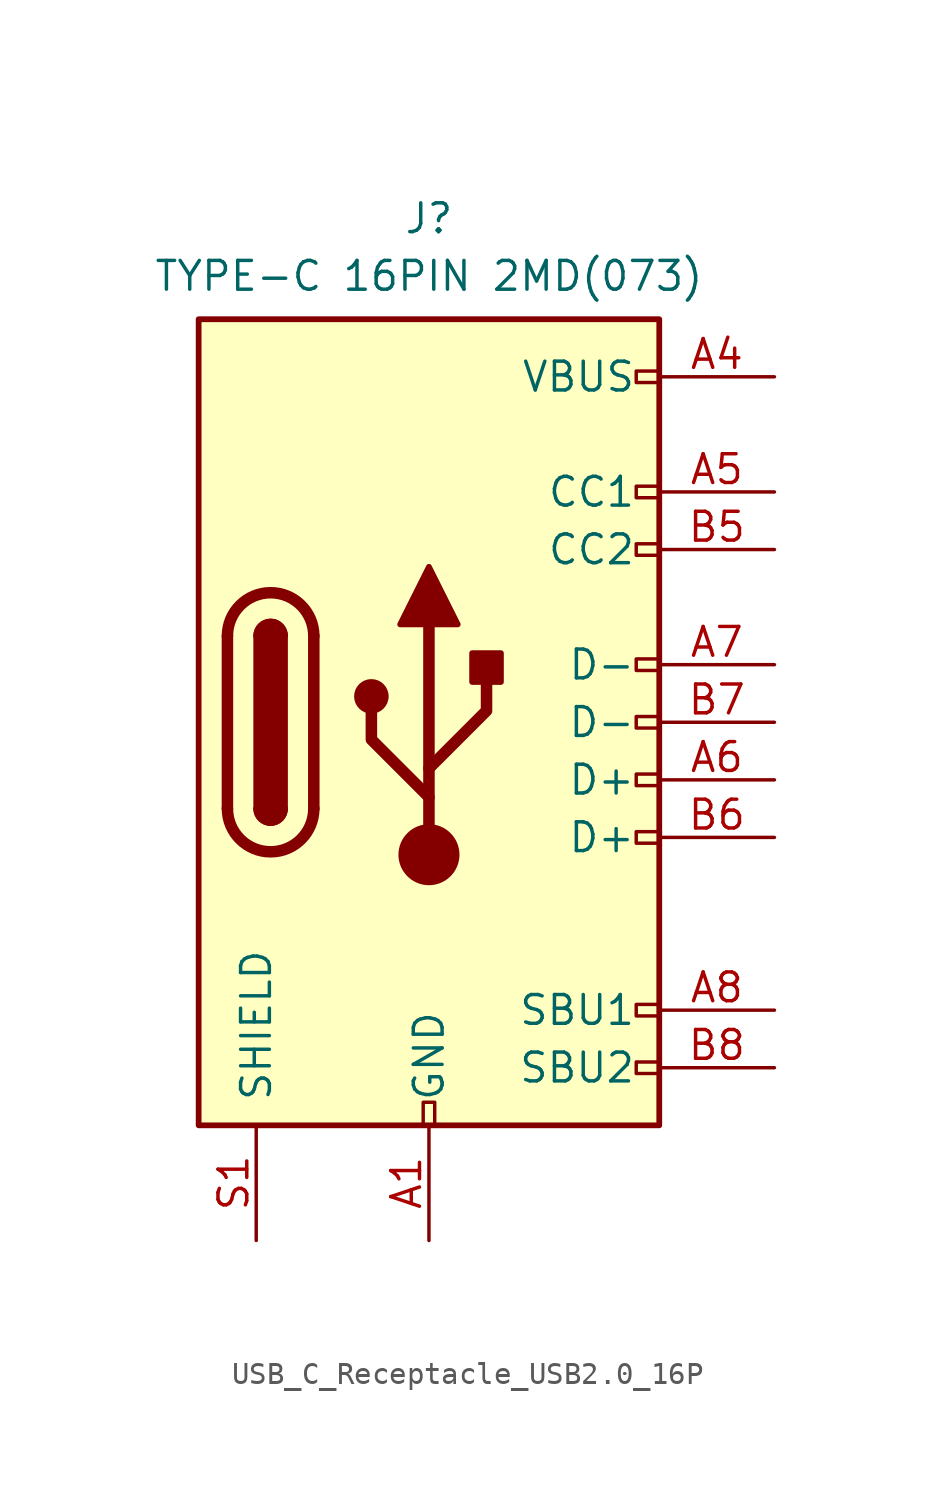
<source format=kicad_sym>
(kicad_symbol_lib
  (version 20241209)
  (generator "kicad_symbol_editor")
  (generator_version "9.0")
  (symbol "USB_C_Receptacle_USB2.0_16P"
    (pin_names
      (offset 1.016))
    (property "Reference" "J"
      (at 0 22.225 0)
      (effects (font (size 1.27 1.27))))
    (property "Value" "TYPE-C 16PIN 2MD(073)"
      (at 0 19.685 0)
      (effects (font (size 1.27 1.27))))
    (symbol "USB_C_Receptacle_USB2.0_16P_0_0"
      (rectangle (start -0.254 -17.78) (end 0.254 -16.764) (stroke (width 0) (type default)) (fill (type none)))
      (rectangle (start 10.16 15.494) (end 9.144 14.986) (stroke (width 0) (type default)) (fill (type none)))
      (rectangle (start 10.16 10.414) (end 9.144 9.906) (stroke (width 0) (type default)) (fill (type none)))
      (rectangle (start 10.16 7.874) (end 9.144 7.366) (stroke (width 0) (type default)) (fill (type none)))
      (rectangle (start 10.16 2.794) (end 9.144 2.286) (stroke (width 0) (type default)) (fill (type none)))
      (rectangle (start 10.16 0.254) (end 9.144 -0.254) (stroke (width 0) (type default)) (fill (type none)))
      (rectangle (start 10.16 -2.286) (end 9.144 -2.794) (stroke (width 0) (type default)) (fill (type none)))
      (rectangle (start 10.16 -4.826) (end 9.144 -5.334) (stroke (width 0) (type default)) (fill (type none)))
      (rectangle (start 10.16 -12.446) (end 9.144 -12.954) (stroke (width 0) (type default)) (fill (type none)))
      (rectangle (start 10.16 -14.986) (end 9.144 -15.494) (stroke (width 0) (type default)) (fill (type none))))
    (symbol "USB_C_Receptacle_USB2.0_16P_0_1"
      (rectangle (start -10.16 17.78) (end 10.16 -17.78) (stroke (width 0.254) (type default)) (fill (type background)))
      (polyline (pts (xy -8.89 -3.81) (xy -8.89 3.81)) (stroke (width 0.508) (type default)) (fill (type none)))
      (rectangle (start -7.62 -3.81) (end -6.35 3.81) (stroke (width 0.254) (type default)) (fill (type outline)))
      (arc (start -7.62 3.81) (mid -6.985 4.4423) (end -6.35 3.81) (stroke (width 0.254) (type default)) (fill (type none)))
      (arc (start -7.62 3.81) (mid -6.985 4.4423) (end -6.35 3.81) (stroke (width 0.254) (type default)) (fill (type outline)))
      (arc (start -8.89 3.81) (mid -6.985 5.7067) (end -5.08 3.81) (stroke (width 0.508) (type default)) (fill (type none)))
      (arc (start -5.08 -3.81) (mid -6.985 -5.7067) (end -8.89 -3.81) (stroke (width 0.508) (type default)) (fill (type none)))
      (arc (start -6.35 -3.81) (mid -6.985 -4.4423) (end -7.62 -3.81) (stroke (width 0.254) (type default)) (fill (type none)))
      (arc (start -6.35 -3.81) (mid -6.985 -4.4423) (end -7.62 -3.81) (stroke (width 0.254) (type default)) (fill (type outline)))
      (polyline (pts (xy -5.08 3.81) (xy -5.08 -3.81)) (stroke (width 0.508) (type default)) (fill (type none)))
      (circle (center -2.54 1.143) (radius 0.635) (stroke (width 0.254) (type default)) (fill (type outline)))
      (polyline (pts (xy -1.27 4.318) (xy 0 6.858) (xy 1.27 4.318) (xy -1.27 4.318)) (stroke (width 0.254) (type default)) (fill (type outline)))
      (polyline (pts (xy 0 -2.032) (xy 2.54 0.508) (xy 2.54 1.778)) (stroke (width 0.508) (type default)) (fill (type none)))
      (polyline (pts (xy 0 -3.302) (xy -2.54 -0.762) (xy -2.54 0.508)) (stroke (width 0.508) (type default)) (fill (type none)))
      (polyline (pts (xy 0 -5.842) (xy 0 4.318)) (stroke (width 0.508) (type default)) (fill (type none)))
      (circle (center 0 -5.842) (radius 1.27) (stroke (width 0) (type default)) (fill (type outline)))
      (rectangle (start 1.905 1.778) (end 3.175 3.048) (stroke (width 0.254) (type default)) (fill (type outline))))
    (symbol "USB_C_Receptacle_USB2.0_16P_1_1"
      (pin passive line (at -7.62 -22.86 90) (length 5.08) (name "SHIELD" (effects (font (size 1.27 1.27)))) (number "S1" (effects (font (size 1.27 1.27)))))
      (pin passive line (at 0 -22.86 90) (length 5.08) (name "GND" (effects (font (size 1.27 1.27)))) (number "A1" (effects (font (size 1.27 1.27)))))
      (pin passive line (at 0 -22.86 90) (length 5.08) (hide yes) (name "GND" (effects (font (size 1.27 1.27)))) (number "A12" (effects (font (size 1.27 1.27)))))
      (pin passive line (at 0 -22.86 90) (length 5.08) (hide yes) (name "GND" (effects (font (size 1.27 1.27)))) (number "B1" (effects (font (size 1.27 1.27)))))
      (pin passive line (at 0 -22.86 90) (length 5.08) (hide yes) (name "GND" (effects (font (size 1.27 1.27)))) (number "B12" (effects (font (size 1.27 1.27)))))
      (pin passive line (at 15.24 15.24 180) (length 5.08) (name "VBUS" (effects (font (size 1.27 1.27)))) (number "A4" (effects (font (size 1.27 1.27)))))
      (pin passive line (at 15.24 15.24 180) (length 5.08) (hide yes) (name "VBUS" (effects (font (size 1.27 1.27)))) (number "A9" (effects (font (size 1.27 1.27)))))
      (pin passive line (at 15.24 15.24 180) (length 5.08) (hide yes) (name "VBUS" (effects (font (size 1.27 1.27)))) (number "B4" (effects (font (size 1.27 1.27)))))
      (pin passive line (at 15.24 15.24 180) (length 5.08) (hide yes) (name "VBUS" (effects (font (size 1.27 1.27)))) (number "B9" (effects (font (size 1.27 1.27)))))
      (pin bidirectional line (at 15.24 10.16 180) (length 5.08) (name "CC1" (effects (font (size 1.27 1.27)))) (number "A5" (effects (font (size 1.27 1.27)))))
      (pin bidirectional line (at 15.24 7.62 180) (length 5.08) (name "CC2" (effects (font (size 1.27 1.27)))) (number "B5" (effects (font (size 1.27 1.27)))))
      (pin bidirectional line (at 15.24 2.54 180) (length 5.08) (name "D-" (effects (font (size 1.27 1.27)))) (number "A7" (effects (font (size 1.27 1.27)))))
      (pin bidirectional line (at 15.24 0 180) (length 5.08) (name "D-" (effects (font (size 1.27 1.27)))) (number "B7" (effects (font (size 1.27 1.27)))))
      (pin bidirectional line (at 15.24 -2.54 180) (length 5.08) (name "D+" (effects (font (size 1.27 1.27)))) (number "A6" (effects (font (size 1.27 1.27)))))
      (pin bidirectional line (at 15.24 -5.08 180) (length 5.08) (name "D+" (effects (font (size 1.27 1.27)))) (number "B6" (effects (font (size 1.27 1.27)))))
      (pin bidirectional line (at 15.24 -12.7 180) (length 5.08) (name "SBU1" (effects (font (size 1.27 1.27)))) (number "A8" (effects (font (size 1.27 1.27)))))
      (pin bidirectional line (at 15.24 -15.24 180) (length 5.08) (name "SBU2" (effects (font (size 1.27 1.27)))) (number "B8" (effects (font (size 1.27 1.27))))))))
</source>
